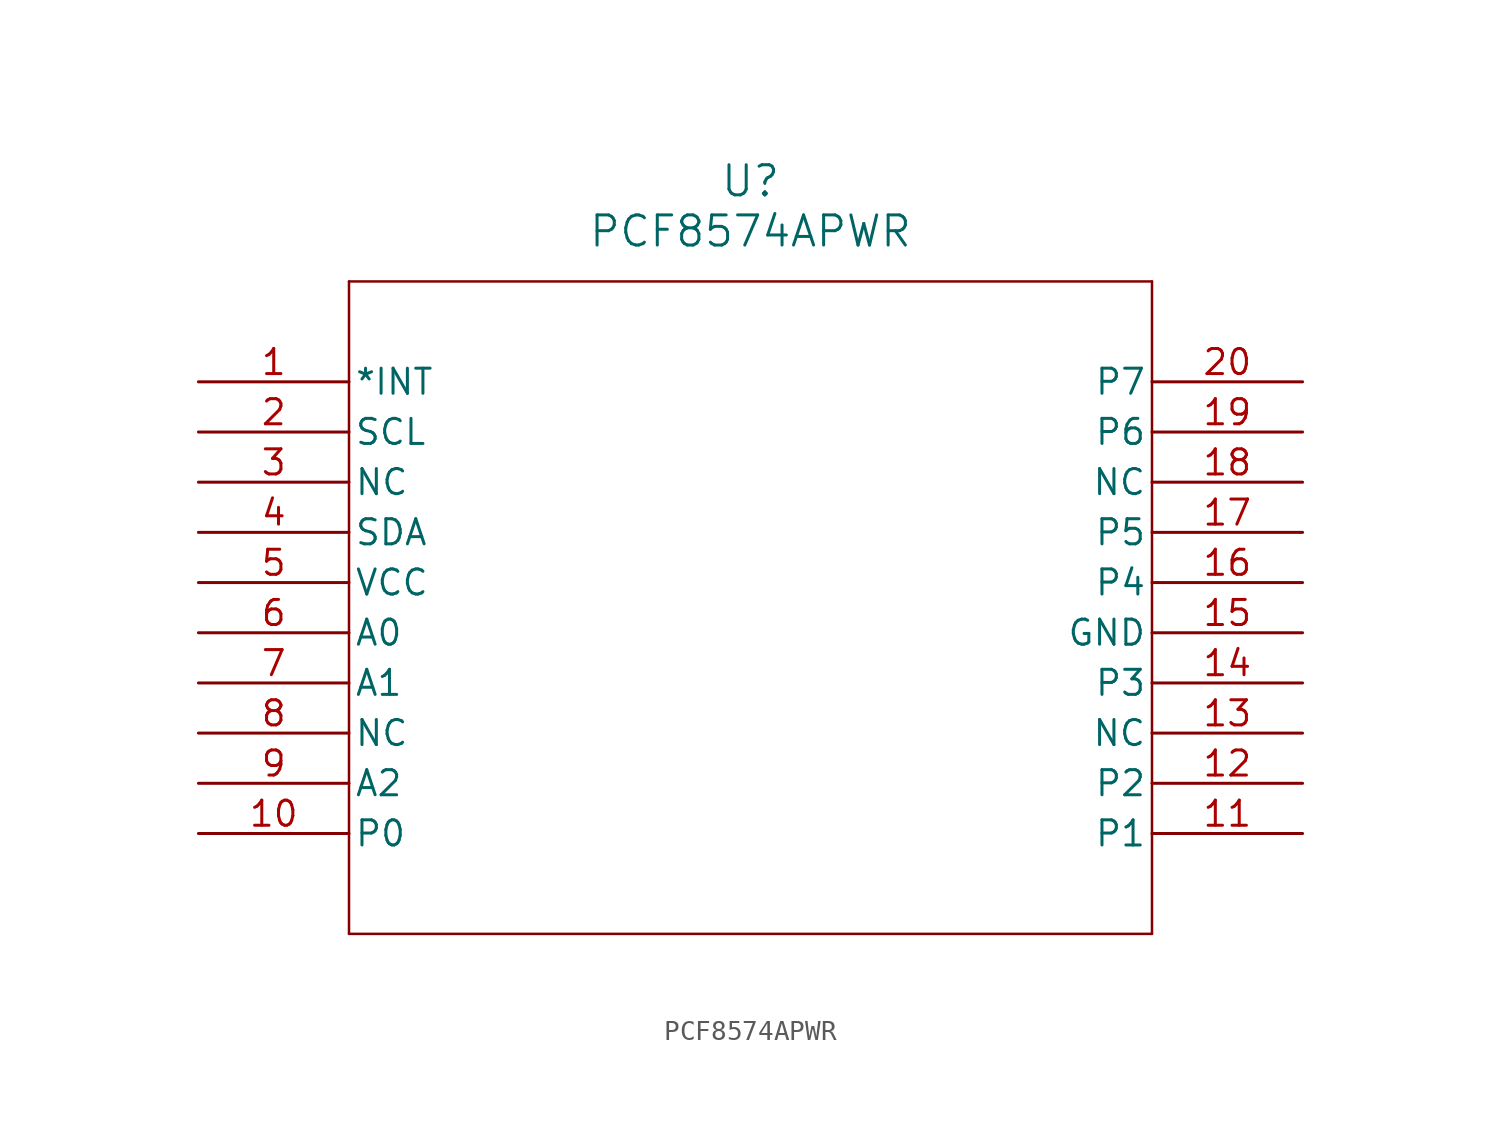
<source format=kicad_sym>
(kicad_symbol_lib
  (version 20211014)
  (generator kicad_symbol_editor)
  (symbol "PCF8574APWR"
    (pin_names
      (offset 0.254))
    (property "Reference" "U"
      (at 27.94 10.16 0)
      (effects (font (size 1.524 1.524))))
    (property "Value" "PCF8574APWR"
      (at 27.94 7.62 0)
      (effects (font (size 1.524 1.524))))
    (symbol "PCF8574APWR_0_1"
      (polyline (pts (xy 7.62 5.08) (xy 7.62 -27.94)) (stroke (width 0.127) (type default) (color 0 0 0 0)) (fill (type none)))
      (polyline (pts (xy 7.62 -27.94) (xy 48.26 -27.94)) (stroke (width 0.127) (type default) (color 0 0 0 0)) (fill (type none)))
      (polyline (pts (xy 48.26 -27.94) (xy 48.26 5.08)) (stroke (width 0.127) (type default) (color 0 0 0 0)) (fill (type none)))
      (polyline (pts (xy 48.26 5.08) (xy 7.62 5.08)) (stroke (width 0.127) (type default) (color 0 0 0 0)) (fill (type none)))
      (pin output line (at 0 0 0) (length 7.62) (name "*INT" (effects (font (size 1.27 1.27)))) (number "1" (effects (font (size 1.27 1.27)))))
      (pin unspecified line (at 0 -2.54 0) (length 7.62) (name "SCL" (effects (font (size 1.27 1.27)))) (number "2" (effects (font (size 1.27 1.27)))))
      (pin unspecified line (at 0 -5.08 0) (length 7.62) (name "NC" (effects (font (size 1.27 1.27)))) (number "3" (effects (font (size 1.27 1.27)))))
      (pin unspecified line (at 0 -7.62 0) (length 7.62) (name "SDA" (effects (font (size 1.27 1.27)))) (number "4" (effects (font (size 1.27 1.27)))))
      (pin power_in line (at 0 -10.16 0) (length 7.62) (name "VCC" (effects (font (size 1.27 1.27)))) (number "5" (effects (font (size 1.27 1.27)))))
      (pin input line (at 0 -12.7 0) (length 7.62) (name "A0" (effects (font (size 1.27 1.27)))) (number "6" (effects (font (size 1.27 1.27)))))
      (pin input line (at 0 -15.24 0) (length 7.62) (name "A1" (effects (font (size 1.27 1.27)))) (number "7" (effects (font (size 1.27 1.27)))))
      (pin unspecified line (at 0 -17.78 0) (length 7.62) (name "NC" (effects (font (size 1.27 1.27)))) (number "8" (effects (font (size 1.27 1.27)))))
      (pin input line (at 0 -20.32 0) (length 7.62) (name "A2" (effects (font (size 1.27 1.27)))) (number "9" (effects (font (size 1.27 1.27)))))
      (pin bidirectional line (at 0 -22.86 0) (length 7.62) (name "P0" (effects (font (size 1.27 1.27)))) (number "10" (effects (font (size 1.27 1.27)))))
      (pin bidirectional line (at 55.88 -22.86 180) (length 7.62) (name "P1" (effects (font (size 1.27 1.27)))) (number "11" (effects (font (size 1.27 1.27)))))
      (pin bidirectional line (at 55.88 -20.32 180) (length 7.62) (name "P2" (effects (font (size 1.27 1.27)))) (number "12" (effects (font (size 1.27 1.27)))))
      (pin unspecified line (at 55.88 -17.78 180) (length 7.62) (name "NC" (effects (font (size 1.27 1.27)))) (number "13" (effects (font (size 1.27 1.27)))))
      (pin bidirectional line (at 55.88 -15.24 180) (length 7.62) (name "P3" (effects (font (size 1.27 1.27)))) (number "14" (effects (font (size 1.27 1.27)))))
      (pin power_in line (at 55.88 -12.7 180) (length 7.62) (name "GND" (effects (font (size 1.27 1.27)))) (number "15" (effects (font (size 1.27 1.27)))))
      (pin bidirectional line (at 55.88 -10.16 180) (length 7.62) (name "P4" (effects (font (size 1.27 1.27)))) (number "16" (effects (font (size 1.27 1.27)))))
      (pin bidirectional line (at 55.88 -7.62 180) (length 7.62) (name "P5" (effects (font (size 1.27 1.27)))) (number "17" (effects (font (size 1.27 1.27)))))
      (pin unspecified line (at 55.88 -5.08 180) (length 7.62) (name "NC" (effects (font (size 1.27 1.27)))) (number "18" (effects (font (size 1.27 1.27)))))
      (pin bidirectional line (at 55.88 -2.54 180) (length 7.62) (name "P6" (effects (font (size 1.27 1.27)))) (number "19" (effects (font (size 1.27 1.27)))))
      (pin bidirectional line (at 55.88 0 180) (length 7.62) (name "P7" (effects (font (size 1.27 1.27)))) (number "20" (effects (font (size 1.27 1.27))))))))
</source>
